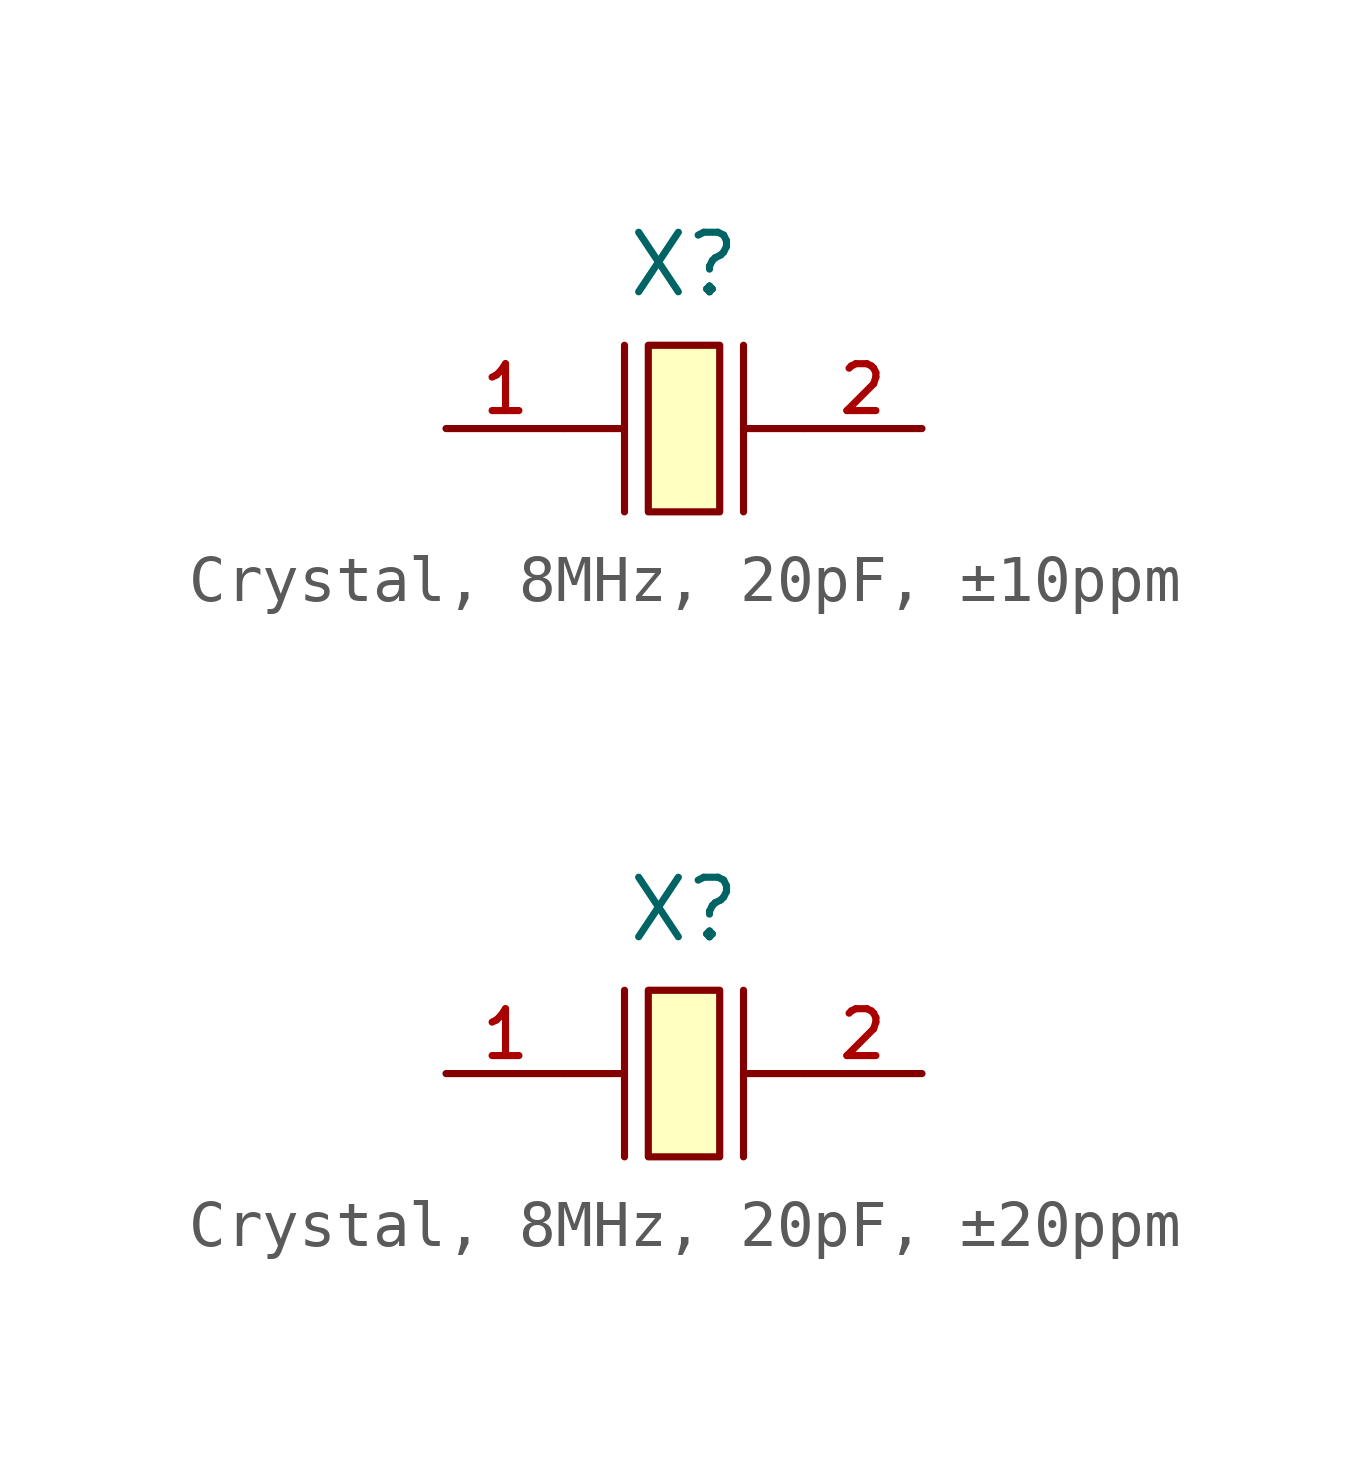
<source format=kicad_sym>
(kicad_symbol_lib
  (version 20231120)
  (generator "kicad_symbol_editor")
  (generator_version "8.0")
  (symbol "Crystal, 8MHz, 20pF, ±10ppm"
    (property "Reference" "X"
      (at 0 3.5 0)
      (effects (font (size 1.27 1.27))))
    (symbol "Crystal, 8MHz, 20pF, ±10ppm_0_1"
      (polyline (pts (xy -2.54 0) (xy -1.27 0)) (stroke (width 0) (type default)) (fill (type none)))
      (polyline (pts (xy -1.27 -1.778) (xy -1.27 1.778)) (stroke (width 0) (type default)) (fill (type none)))
      (polyline (pts (xy 1.27 -1.778) (xy 1.27 1.778)) (stroke (width 0) (type default)) (fill (type none)))
      (pin input line (at -5.08 0 0) (length 2.54) (name "" (effects (font (size 1 1)))) (number "1" (effects (font (size 1 1)))))
      (pin input line (at 5.08 0 180) (length 2.54) (name "" (effects (font (size 1 1)))) (number "2" (effects (font (size 1 1))))))
    (symbol "Crystal, 8MHz, 20pF, ±10ppm_1_1"
      (polyline (pts (xy 2.54 0) (xy 1.27 0)) (stroke (width 0) (type default)) (fill (type none)))
      (polyline (pts (xy 0.762 1.778) (xy 0.762 -1.778) (xy -0.762 -1.778) (xy -0.762 1.778) (xy 0.762 1.778)) (stroke (width 0) (type default)) (fill (type background)))))
  (symbol "Crystal, 8MHz, 20pF, ±20ppm"
    (property "Reference" "X"
      (at 0 3.5 0)
      (effects (font (size 1.27 1.27))))
    (symbol "Crystal, 8MHz, 20pF, ±20ppm_0_1"
      (polyline (pts (xy -2.54 0) (xy -1.27 0)) (stroke (width 0) (type default)) (fill (type none)))
      (polyline (pts (xy -1.27 1.778) (xy -1.27 -1.778)) (stroke (width 0) (type default)) (fill (type none)))
      (polyline (pts (xy 1.27 1.778) (xy 1.27 -1.778)) (stroke (width 0) (type default)) (fill (type none)))
      (polyline (pts (xy 2.54 0) (xy 1.27 0)) (stroke (width 0) (type default)) (fill (type none))))
    (symbol "Crystal, 8MHz, 20pF, ±20ppm_1_1"
      (polyline (pts (xy -0.762 -1.778) (xy -0.762 1.778) (xy 0.762 1.778) (xy 0.762 -1.778) (xy -0.762 -1.778)) (stroke (width 0) (type default)) (fill (type background)))
      (pin input line (at -5.08 0 0) (length 2.54) (name "" (effects (font (size 1 1)))) (number "1" (effects (font (size 1 1)))))
      (pin input line (at 5.08 0 180) (length 2.54) (name "" (effects (font (size 1 1)))) (number "2" (effects (font (size 1 1))))))))
</source>
